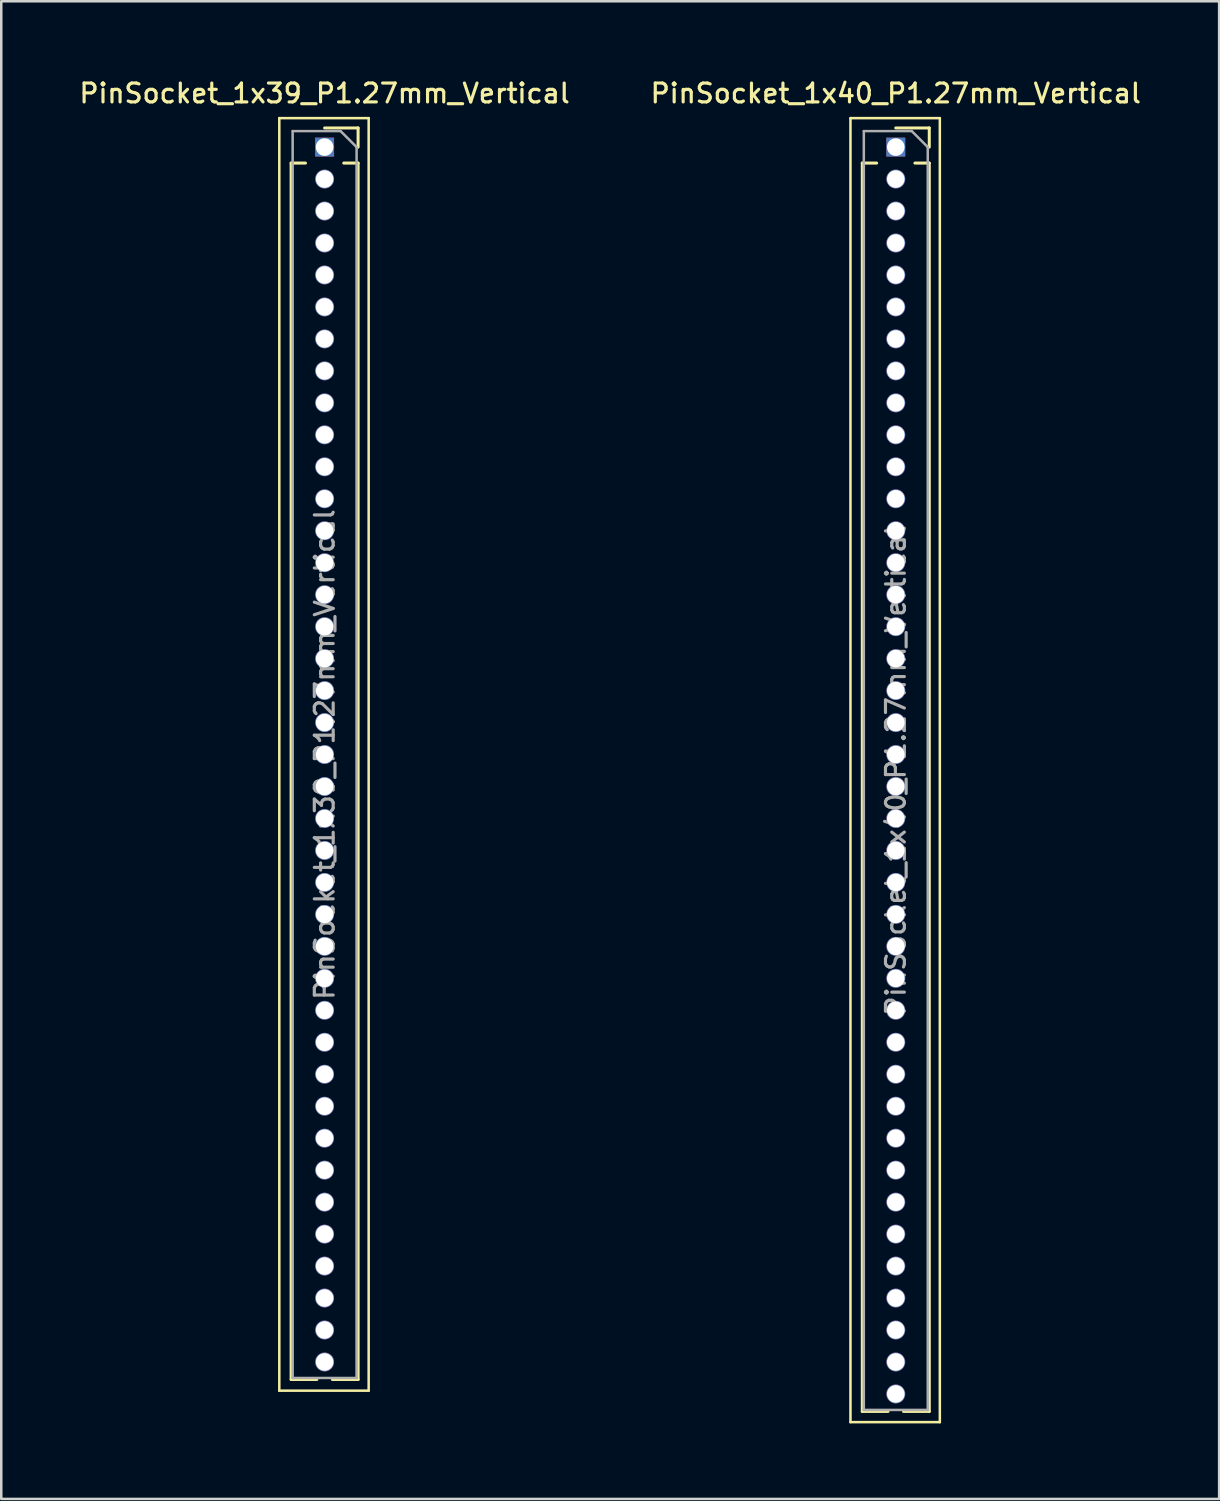
<source format=kicad_pcb>
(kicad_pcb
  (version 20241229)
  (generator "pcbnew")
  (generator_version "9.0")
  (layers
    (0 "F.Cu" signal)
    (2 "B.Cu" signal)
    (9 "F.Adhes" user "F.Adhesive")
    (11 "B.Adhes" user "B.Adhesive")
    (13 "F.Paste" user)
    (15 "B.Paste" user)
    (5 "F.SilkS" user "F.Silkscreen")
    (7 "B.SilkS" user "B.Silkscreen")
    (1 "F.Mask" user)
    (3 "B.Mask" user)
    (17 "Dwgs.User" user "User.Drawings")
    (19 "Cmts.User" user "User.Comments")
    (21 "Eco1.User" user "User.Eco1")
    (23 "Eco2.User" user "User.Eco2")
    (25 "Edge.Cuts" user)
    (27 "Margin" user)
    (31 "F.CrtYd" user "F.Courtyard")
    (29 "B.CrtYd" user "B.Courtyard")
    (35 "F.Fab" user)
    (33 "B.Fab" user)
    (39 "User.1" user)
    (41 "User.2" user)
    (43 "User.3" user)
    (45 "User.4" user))
  (footprint "PinSocket_1x39_P1.27mm_Vertical"
    (layer "F.Cu")
    (at 9.845 2.793)
    (property "Reference" "PinSocket_1x39_P1.27mm_Vertical" (at 0 -2.135 0) (layer "F.SilkS") (effects (font (size 0.75 0.75) (thickness 0.125))))
    (attr through_hole)
    (fp_line (start -1.8 -1.15) (end 1.75 -1.15) (stroke (width 0.1) (type solid)) (layer "F.SilkS"))
    (fp_line (start -1.8 49.4) (end -1.8 -1.15) (stroke (width 0.1) (type solid)) (layer "F.SilkS"))
    (fp_line (start -1.33 0.635) (end -1.33 48.955) (stroke (width 0.12) (type solid)) (layer "F.SilkS"))
    (fp_line (start -1.33 0.635) (end -0.76 0.635) (stroke (width 0.12) (type solid)) (layer "F.SilkS"))
    (fp_line (start -1.33 48.955) (end -0.308 48.955) (stroke (width 0.12) (type solid)) (layer "F.SilkS"))
    (fp_line (start 0 -0.76) (end 1.33 -0.76) (stroke (width 0.12) (type solid)) (layer "F.SilkS"))
    (fp_line (start 0.308 48.955) (end 1.33 48.955) (stroke (width 0.12) (type solid)) (layer "F.SilkS"))
    (fp_line (start 0.76 0.635) (end 1.33 0.635) (stroke (width 0.12) (type solid)) (layer "F.SilkS"))
    (fp_line (start 1.33 -0.76) (end 1.33 0) (stroke (width 0.12) (type solid)) (layer "F.SilkS"))
    (fp_line (start 1.33 0.635) (end 1.33 48.955) (stroke (width 0.12) (type solid)) (layer "F.SilkS"))
    (fp_line (start 1.75 -1.15) (end 1.75 49.4) (stroke (width 0.1) (type solid)) (layer "F.SilkS"))
    (fp_line (start 1.75 49.4) (end -1.8 49.4) (stroke (width 0.1) (type solid)) (layer "F.SilkS"))
    (fp_line (start -1.27 -0.635) (end 0.635 -0.635) (stroke (width 0.1) (type solid)) (layer "F.Fab"))
    (fp_line (start -1.27 48.895) (end -1.27 -0.635) (stroke (width 0.1) (type solid)) (layer "F.Fab"))
    (fp_line (start 0.635 -0.635) (end 1.27 0) (stroke (width 0.1) (type solid)) (layer "F.Fab"))
    (fp_line (start 1.27 0) (end 1.27 48.895) (stroke (width 0.1) (type solid)) (layer "F.Fab"))
    (fp_line (start 1.27 48.895) (end -1.27 48.895) (stroke (width 0.1) (type solid)) (layer "F.Fab"))
    (fp_text user "${REFERENCE}" (at 0 24.13 90) (layer "F.Fab") (effects (font (size 0.75 0.75) (thickness 0.125))))
    (pad "1" thru_hole rect (at 0 0) (size 0.75 0.75) (drill 0.7) (layers "*.Cu" "*.Mask"))
    (pad "2" thru_hole oval (at 0 1.27) (size 0.75 0.75) (drill 0.7) (layers "*.Cu" "*.Mask"))
    (pad "3" thru_hole oval (at 0 2.54) (size 0.75 0.75) (drill 0.7) (layers "*.Cu" "*.Mask"))
    (pad "4" thru_hole oval (at 0 3.81) (size 0.75 0.75) (drill 0.7) (layers "*.Cu" "*.Mask"))
    (pad "5" thru_hole oval (at 0 5.08) (size 0.75 0.75) (drill 0.7) (layers "*.Cu" "*.Mask"))
    (pad "6" thru_hole oval (at 0 6.35) (size 0.75 0.75) (drill 0.7) (layers "*.Cu" "*.Mask"))
    (pad "7" thru_hole oval (at 0 7.62) (size 0.75 0.75) (drill 0.7) (layers "*.Cu" "*.Mask"))
    (pad "8" thru_hole oval (at 0 8.89) (size 0.75 0.75) (drill 0.7) (layers "*.Cu" "*.Mask"))
    (pad "9" thru_hole oval (at 0 10.16) (size 0.75 0.75) (drill 0.7) (layers "*.Cu" "*.Mask"))
    (pad "10" thru_hole oval (at 0 11.43) (size 0.75 0.75) (drill 0.7) (layers "*.Cu" "*.Mask"))
    (pad "11" thru_hole oval (at 0 12.7) (size 0.75 0.75) (drill 0.7) (layers "*.Cu" "*.Mask"))
    (pad "12" thru_hole oval (at 0 13.97) (size 0.75 0.75) (drill 0.7) (layers "*.Cu" "*.Mask"))
    (pad "13" thru_hole oval (at 0 15.24) (size 0.75 0.75) (drill 0.7) (layers "*.Cu" "*.Mask"))
    (pad "14" thru_hole oval (at 0 16.51) (size 0.75 0.75) (drill 0.7) (layers "*.Cu" "*.Mask"))
    (pad "15" thru_hole oval (at 0 17.78) (size 0.75 0.75) (drill 0.7) (layers "*.Cu" "*.Mask"))
    (pad "16" thru_hole oval (at 0 19.05) (size 0.75 0.75) (drill 0.7) (layers "*.Cu" "*.Mask"))
    (pad "17" thru_hole oval (at 0 20.32) (size 0.75 0.75) (drill 0.7) (layers "*.Cu" "*.Mask"))
    (pad "18" thru_hole oval (at 0 21.59) (size 0.75 0.75) (drill 0.7) (layers "*.Cu" "*.Mask"))
    (pad "19" thru_hole oval (at 0 22.86) (size 0.75 0.75) (drill 0.7) (layers "*.Cu" "*.Mask"))
    (pad "20" thru_hole oval (at 0 24.13) (size 0.75 0.75) (drill 0.7) (layers "*.Cu" "*.Mask"))
    (pad "21" thru_hole oval (at 0 25.4) (size 0.75 0.75) (drill 0.7) (layers "*.Cu" "*.Mask"))
    (pad "22" thru_hole oval (at 0 26.67) (size 0.75 0.75) (drill 0.7) (layers "*.Cu" "*.Mask"))
    (pad "23" thru_hole oval (at 0 27.94) (size 0.75 0.75) (drill 0.7) (layers "*.Cu" "*.Mask"))
    (pad "24" thru_hole oval (at 0 29.21) (size 0.75 0.75) (drill 0.7) (layers "*.Cu" "*.Mask"))
    (pad "25" thru_hole oval (at 0 30.48) (size 0.75 0.75) (drill 0.7) (layers "*.Cu" "*.Mask"))
    (pad "26" thru_hole oval (at 0 31.75) (size 0.75 0.75) (drill 0.7) (layers "*.Cu" "*.Mask"))
    (pad "27" thru_hole oval (at 0 33.02) (size 0.75 0.75) (drill 0.7) (layers "*.Cu" "*.Mask"))
    (pad "28" thru_hole oval (at 0 34.29) (size 0.75 0.75) (drill 0.7) (layers "*.Cu" "*.Mask"))
    (pad "29" thru_hole oval (at 0 35.56) (size 0.75 0.75) (drill 0.7) (layers "*.Cu" "*.Mask"))
    (pad "30" thru_hole oval (at 0 36.83) (size 0.75 0.75) (drill 0.7) (layers "*.Cu" "*.Mask"))
    (pad "31" thru_hole oval (at 0 38.1) (size 0.75 0.75) (drill 0.7) (layers "*.Cu" "*.Mask"))
    (pad "32" thru_hole oval (at 0 39.37) (size 0.75 0.75) (drill 0.7) (layers "*.Cu" "*.Mask"))
    (pad "33" thru_hole oval (at 0 40.64) (size 0.75 0.75) (drill 0.7) (layers "*.Cu" "*.Mask"))
    (pad "34" thru_hole oval (at 0 41.91) (size 0.75 0.75) (drill 0.7) (layers "*.Cu" "*.Mask"))
    (pad "35" thru_hole oval (at 0 43.18) (size 0.75 0.75) (drill 0.7) (layers "*.Cu" "*.Mask"))
    (pad "36" thru_hole oval (at 0 44.45) (size 0.75 0.75) (drill 0.7) (layers "*.Cu" "*.Mask"))
    (pad "37" thru_hole oval (at 0 45.72) (size 0.75 0.75) (drill 0.7) (layers "*.Cu" "*.Mask"))
    (pad "38" thru_hole oval (at 0 46.99) (size 0.75 0.75) (drill 0.7) (layers "*.Cu" "*.Mask"))
    (pad "39" thru_hole oval (at 0 48.26) (size 0.75 0.75) (drill 0.7) (layers "*.Cu" "*.Mask")))
  (footprint "PinSocket_1x40_P1.27mm_Vertical"
    (layer "F.Cu")
    (at 32.534 2.793)
    (property "Reference" "PinSocket_1x40_P1.27mm_Vertical" (at 0 -2.135 0) (layer "F.SilkS") (effects (font (size 0.75 0.75) (thickness 0.125))))
    (attr through_hole)
    (fp_line (start -1.8 -1.15) (end 1.75 -1.15) (stroke (width 0.1) (type solid)) (layer "F.SilkS"))
    (fp_line (start -1.8 50.65) (end -1.8 -1.15) (stroke (width 0.1) (type solid)) (layer "F.SilkS"))
    (fp_line (start -1.33 0.635) (end -1.33 50.225) (stroke (width 0.12) (type solid)) (layer "F.SilkS"))
    (fp_line (start -1.33 0.635) (end -0.76 0.635) (stroke (width 0.12) (type solid)) (layer "F.SilkS"))
    (fp_line (start -1.33 50.225) (end -0.308 50.225) (stroke (width 0.12) (type solid)) (layer "F.SilkS"))
    (fp_line (start 0 -0.76) (end 1.33 -0.76) (stroke (width 0.12) (type solid)) (layer "F.SilkS"))
    (fp_line (start 0.308 50.225) (end 1.33 50.225) (stroke (width 0.12) (type solid)) (layer "F.SilkS"))
    (fp_line (start 0.76 0.635) (end 1.33 0.635) (stroke (width 0.12) (type solid)) (layer "F.SilkS"))
    (fp_line (start 1.33 -0.76) (end 1.33 0) (stroke (width 0.12) (type solid)) (layer "F.SilkS"))
    (fp_line (start 1.33 0.635) (end 1.33 50.225) (stroke (width 0.12) (type solid)) (layer "F.SilkS"))
    (fp_line (start 1.75 -1.15) (end 1.75 50.65) (stroke (width 0.1) (type solid)) (layer "F.SilkS"))
    (fp_line (start 1.75 50.65) (end -1.8 50.65) (stroke (width 0.1) (type solid)) (layer "F.SilkS"))
    (fp_line (start -1.27 -0.635) (end 0.635 -0.635) (stroke (width 0.1) (type solid)) (layer "F.Fab"))
    (fp_line (start -1.27 50.165) (end -1.27 -0.635) (stroke (width 0.1) (type solid)) (layer "F.Fab"))
    (fp_line (start 0.635 -0.635) (end 1.27 0) (stroke (width 0.1) (type solid)) (layer "F.Fab"))
    (fp_line (start 1.27 0) (end 1.27 50.165) (stroke (width 0.1) (type solid)) (layer "F.Fab"))
    (fp_line (start 1.27 50.165) (end -1.27 50.165) (stroke (width 0.1) (type solid)) (layer "F.Fab"))
    (fp_text user "${REFERENCE}" (at 0 24.765 90) (layer "F.Fab") (effects (font (size 0.75 0.75) (thickness 0.125))))
    (pad "1" thru_hole rect (at 0 0) (size 0.75 0.75) (drill 0.7) (layers "*.Cu" "*.Mask"))
    (pad "2" thru_hole oval (at 0 1.27) (size 0.75 0.75) (drill 0.7) (layers "*.Cu" "*.Mask"))
    (pad "3" thru_hole oval (at 0 2.54) (size 0.75 0.75) (drill 0.7) (layers "*.Cu" "*.Mask"))
    (pad "4" thru_hole oval (at 0 3.81) (size 0.75 0.75) (drill 0.7) (layers "*.Cu" "*.Mask"))
    (pad "5" thru_hole oval (at 0 5.08) (size 0.75 0.75) (drill 0.7) (layers "*.Cu" "*.Mask"))
    (pad "6" thru_hole oval (at 0 6.35) (size 0.75 0.75) (drill 0.7) (layers "*.Cu" "*.Mask"))
    (pad "7" thru_hole oval (at 0 7.62) (size 0.75 0.75) (drill 0.7) (layers "*.Cu" "*.Mask"))
    (pad "8" thru_hole oval (at 0 8.89) (size 0.75 0.75) (drill 0.7) (layers "*.Cu" "*.Mask"))
    (pad "9" thru_hole oval (at 0 10.16) (size 0.75 0.75) (drill 0.7) (layers "*.Cu" "*.Mask"))
    (pad "10" thru_hole oval (at 0 11.43) (size 0.75 0.75) (drill 0.7) (layers "*.Cu" "*.Mask"))
    (pad "11" thru_hole oval (at 0 12.7) (size 0.75 0.75) (drill 0.7) (layers "*.Cu" "*.Mask"))
    (pad "12" thru_hole oval (at 0 13.97) (size 0.75 0.75) (drill 0.7) (layers "*.Cu" "*.Mask"))
    (pad "13" thru_hole oval (at 0 15.24) (size 0.75 0.75) (drill 0.7) (layers "*.Cu" "*.Mask"))
    (pad "14" thru_hole oval (at 0 16.51) (size 0.75 0.75) (drill 0.7) (layers "*.Cu" "*.Mask"))
    (pad "15" thru_hole oval (at 0 17.78) (size 0.75 0.75) (drill 0.7) (layers "*.Cu" "*.Mask"))
    (pad "16" thru_hole oval (at 0 19.05) (size 0.75 0.75) (drill 0.7) (layers "*.Cu" "*.Mask"))
    (pad "17" thru_hole oval (at 0 20.32) (size 0.75 0.75) (drill 0.7) (layers "*.Cu" "*.Mask"))
    (pad "18" thru_hole oval (at 0 21.59) (size 0.75 0.75) (drill 0.7) (layers "*.Cu" "*.Mask"))
    (pad "19" thru_hole oval (at 0 22.86) (size 0.75 0.75) (drill 0.7) (layers "*.Cu" "*.Mask"))
    (pad "20" thru_hole oval (at 0 24.13) (size 0.75 0.75) (drill 0.7) (layers "*.Cu" "*.Mask"))
    (pad "21" thru_hole oval (at 0 25.4) (size 0.75 0.75) (drill 0.7) (layers "*.Cu" "*.Mask"))
    (pad "22" thru_hole oval (at 0 26.67) (size 0.75 0.75) (drill 0.7) (layers "*.Cu" "*.Mask"))
    (pad "23" thru_hole oval (at 0 27.94) (size 0.75 0.75) (drill 0.7) (layers "*.Cu" "*.Mask"))
    (pad "24" thru_hole oval (at 0 29.21) (size 0.75 0.75) (drill 0.7) (layers "*.Cu" "*.Mask"))
    (pad "25" thru_hole oval (at 0 30.48) (size 0.75 0.75) (drill 0.7) (layers "*.Cu" "*.Mask"))
    (pad "26" thru_hole oval (at 0 31.75) (size 0.75 0.75) (drill 0.7) (layers "*.Cu" "*.Mask"))
    (pad "27" thru_hole oval (at 0 33.02) (size 0.75 0.75) (drill 0.7) (layers "*.Cu" "*.Mask"))
    (pad "28" thru_hole oval (at 0 34.29) (size 0.75 0.75) (drill 0.7) (layers "*.Cu" "*.Mask"))
    (pad "29" thru_hole oval (at 0 35.56) (size 0.75 0.75) (drill 0.7) (layers "*.Cu" "*.Mask"))
    (pad "30" thru_hole oval (at 0 36.83) (size 0.75 0.75) (drill 0.7) (layers "*.Cu" "*.Mask"))
    (pad "31" thru_hole oval (at 0 38.1) (size 0.75 0.75) (drill 0.7) (layers "*.Cu" "*.Mask"))
    (pad "32" thru_hole oval (at 0 39.37) (size 0.75 0.75) (drill 0.7) (layers "*.Cu" "*.Mask"))
    (pad "33" thru_hole oval (at 0 40.64) (size 0.75 0.75) (drill 0.7) (layers "*.Cu" "*.Mask"))
    (pad "34" thru_hole oval (at 0 41.91) (size 0.75 0.75) (drill 0.7) (layers "*.Cu" "*.Mask"))
    (pad "35" thru_hole oval (at 0 43.18) (size 0.75 0.75) (drill 0.7) (layers "*.Cu" "*.Mask"))
    (pad "36" thru_hole oval (at 0 44.45) (size 0.75 0.75) (drill 0.7) (layers "*.Cu" "*.Mask"))
    (pad "37" thru_hole oval (at 0 45.72) (size 0.75 0.75) (drill 0.7) (layers "*.Cu" "*.Mask"))
    (pad "38" thru_hole oval (at 0 46.99) (size 0.75 0.75) (drill 0.7) (layers "*.Cu" "*.Mask"))
    (pad "39" thru_hole oval (at 0 48.26) (size 0.75 0.75) (drill 0.7) (layers "*.Cu" "*.Mask"))
    (pad "40" thru_hole oval (at 0 49.53) (size 0.75 0.75) (drill 0.7) (layers "*.Cu" "*.Mask")))
  (gr_rect
    (start -3 -3)
    (end 45.379 56.493)
    (stroke (width 0.1) (type default))
    (fill no)
    (layer "Edge.Cuts")))
</source>
